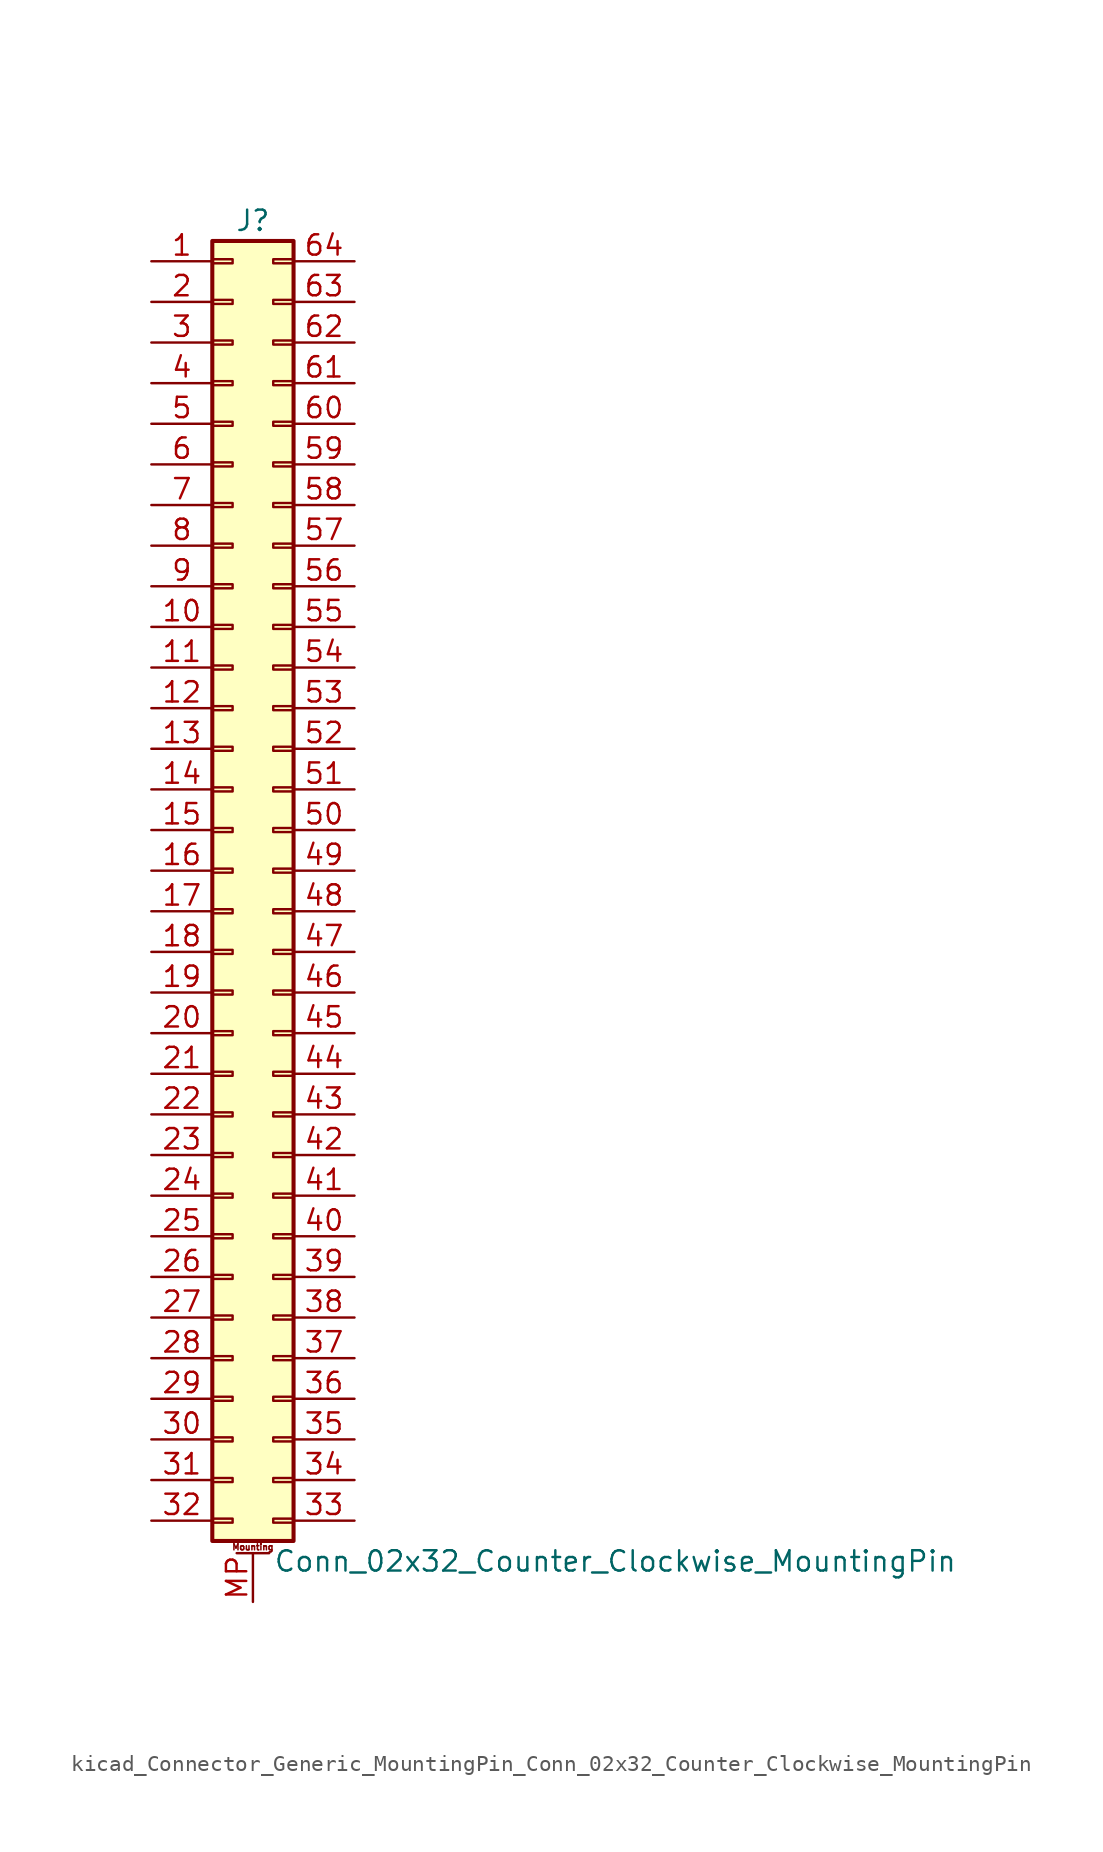
<source format=kicad_sym>
(kicad_symbol_lib
  (version 20220914)
  (generator kicad_symbol_editor)
  (symbol "kicad_Connector_Generic_MountingPin_Conn_02x32_Counter_Clockwise_MountingPin"
    (pin_names
      (offset 1.016) hide)
    (property "Reference" "J"
      (at 1.27 40.64 0)
      (effects (font (size 1.27 1.27))))
    (property "Value" "Conn_02x32_Counter_Clockwise_MountingPin"
      (at 2.54 -43.18 0)
      (effects (font (size 1.27 1.27)) (justify left)))
    (symbol "kicad_Connector_Generic_MountingPin_Conn_02x32_Counter_Clockwise_MountingPin_1_1"
      (rectangle (start -1.27 -40.513) (end 0 -40.767) (stroke (width 0.152) (type default)) (fill (type none)))
      (rectangle (start -1.27 -37.973) (end 0 -38.227) (stroke (width 0.152) (type default)) (fill (type none)))
      (rectangle (start -1.27 -35.433) (end 0 -35.687) (stroke (width 0.152) (type default)) (fill (type none)))
      (rectangle (start -1.27 -32.893) (end 0 -33.147) (stroke (width 0.152) (type default)) (fill (type none)))
      (rectangle (start -1.27 -30.353) (end 0 -30.607) (stroke (width 0.152) (type default)) (fill (type none)))
      (rectangle (start -1.27 -27.813) (end 0 -28.067) (stroke (width 0.152) (type default)) (fill (type none)))
      (rectangle (start -1.27 -25.273) (end 0 -25.527) (stroke (width 0.152) (type default)) (fill (type none)))
      (rectangle (start -1.27 -22.733) (end 0 -22.987) (stroke (width 0.152) (type default)) (fill (type none)))
      (rectangle (start -1.27 -20.193) (end 0 -20.447) (stroke (width 0.152) (type default)) (fill (type none)))
      (rectangle (start -1.27 -17.653) (end 0 -17.907) (stroke (width 0.152) (type default)) (fill (type none)))
      (rectangle (start -1.27 -15.113) (end 0 -15.367) (stroke (width 0.152) (type default)) (fill (type none)))
      (rectangle (start -1.27 -12.573) (end 0 -12.827) (stroke (width 0.152) (type default)) (fill (type none)))
      (rectangle (start -1.27 -10.033) (end 0 -10.287) (stroke (width 0.152) (type default)) (fill (type none)))
      (rectangle (start -1.27 -7.493) (end 0 -7.747) (stroke (width 0.152) (type default)) (fill (type none)))
      (rectangle (start -1.27 -4.953) (end 0 -5.207) (stroke (width 0.152) (type default)) (fill (type none)))
      (rectangle (start -1.27 -2.413) (end 0 -2.667) (stroke (width 0.152) (type default)) (fill (type none)))
      (rectangle (start -1.27 0.127) (end 0 -0.127) (stroke (width 0.152) (type default)) (fill (type none)))
      (rectangle (start -1.27 2.667) (end 0 2.413) (stroke (width 0.152) (type default)) (fill (type none)))
      (rectangle (start -1.27 5.207) (end 0 4.953) (stroke (width 0.152) (type default)) (fill (type none)))
      (rectangle (start -1.27 7.747) (end 0 7.493) (stroke (width 0.152) (type default)) (fill (type none)))
      (rectangle (start -1.27 10.287) (end 0 10.033) (stroke (width 0.152) (type default)) (fill (type none)))
      (rectangle (start -1.27 12.827) (end 0 12.573) (stroke (width 0.152) (type default)) (fill (type none)))
      (rectangle (start -1.27 15.367) (end 0 15.113) (stroke (width 0.152) (type default)) (fill (type none)))
      (rectangle (start -1.27 17.907) (end 0 17.653) (stroke (width 0.152) (type default)) (fill (type none)))
      (rectangle (start -1.27 20.447) (end 0 20.193) (stroke (width 0.152) (type default)) (fill (type none)))
      (rectangle (start -1.27 22.987) (end 0 22.733) (stroke (width 0.152) (type default)) (fill (type none)))
      (rectangle (start -1.27 25.527) (end 0 25.273) (stroke (width 0.152) (type default)) (fill (type none)))
      (rectangle (start -1.27 28.067) (end 0 27.813) (stroke (width 0.152) (type default)) (fill (type none)))
      (rectangle (start -1.27 30.607) (end 0 30.353) (stroke (width 0.152) (type default)) (fill (type none)))
      (rectangle (start -1.27 33.147) (end 0 32.893) (stroke (width 0.152) (type default)) (fill (type none)))
      (rectangle (start -1.27 35.687) (end 0 35.433) (stroke (width 0.152) (type default)) (fill (type none)))
      (rectangle (start -1.27 38.227) (end 0 37.973) (stroke (width 0.152) (type default)) (fill (type none)))
      (rectangle (start -1.27 39.37) (end 3.81 -41.91) (stroke (width 0.254) (type default)) (fill (type background)))
      (polyline (pts (xy 0.254 -42.672) (xy 2.286 -42.672)) (stroke (width 0.152) (type default)) (fill (type none)))
      (rectangle (start 3.81 -40.513) (end 2.54 -40.767) (stroke (width 0.152) (type default)) (fill (type none)))
      (rectangle (start 3.81 -37.973) (end 2.54 -38.227) (stroke (width 0.152) (type default)) (fill (type none)))
      (rectangle (start 3.81 -35.433) (end 2.54 -35.687) (stroke (width 0.152) (type default)) (fill (type none)))
      (rectangle (start 3.81 -32.893) (end 2.54 -33.147) (stroke (width 0.152) (type default)) (fill (type none)))
      (rectangle (start 3.81 -30.353) (end 2.54 -30.607) (stroke (width 0.152) (type default)) (fill (type none)))
      (rectangle (start 3.81 -27.813) (end 2.54 -28.067) (stroke (width 0.152) (type default)) (fill (type none)))
      (rectangle (start 3.81 -25.273) (end 2.54 -25.527) (stroke (width 0.152) (type default)) (fill (type none)))
      (rectangle (start 3.81 -22.733) (end 2.54 -22.987) (stroke (width 0.152) (type default)) (fill (type none)))
      (rectangle (start 3.81 -20.193) (end 2.54 -20.447) (stroke (width 0.152) (type default)) (fill (type none)))
      (rectangle (start 3.81 -17.653) (end 2.54 -17.907) (stroke (width 0.152) (type default)) (fill (type none)))
      (rectangle (start 3.81 -15.113) (end 2.54 -15.367) (stroke (width 0.152) (type default)) (fill (type none)))
      (rectangle (start 3.81 -12.573) (end 2.54 -12.827) (stroke (width 0.152) (type default)) (fill (type none)))
      (rectangle (start 3.81 -10.033) (end 2.54 -10.287) (stroke (width 0.152) (type default)) (fill (type none)))
      (rectangle (start 3.81 -7.493) (end 2.54 -7.747) (stroke (width 0.152) (type default)) (fill (type none)))
      (rectangle (start 3.81 -4.953) (end 2.54 -5.207) (stroke (width 0.152) (type default)) (fill (type none)))
      (rectangle (start 3.81 -2.413) (end 2.54 -2.667) (stroke (width 0.152) (type default)) (fill (type none)))
      (rectangle (start 3.81 0.127) (end 2.54 -0.127) (stroke (width 0.152) (type default)) (fill (type none)))
      (rectangle (start 3.81 2.667) (end 2.54 2.413) (stroke (width 0.152) (type default)) (fill (type none)))
      (rectangle (start 3.81 5.207) (end 2.54 4.953) (stroke (width 0.152) (type default)) (fill (type none)))
      (rectangle (start 3.81 7.747) (end 2.54 7.493) (stroke (width 0.152) (type default)) (fill (type none)))
      (rectangle (start 3.81 10.287) (end 2.54 10.033) (stroke (width 0.152) (type default)) (fill (type none)))
      (rectangle (start 3.81 12.827) (end 2.54 12.573) (stroke (width 0.152) (type default)) (fill (type none)))
      (rectangle (start 3.81 15.367) (end 2.54 15.113) (stroke (width 0.152) (type default)) (fill (type none)))
      (rectangle (start 3.81 17.907) (end 2.54 17.653) (stroke (width 0.152) (type default)) (fill (type none)))
      (rectangle (start 3.81 20.447) (end 2.54 20.193) (stroke (width 0.152) (type default)) (fill (type none)))
      (rectangle (start 3.81 22.987) (end 2.54 22.733) (stroke (width 0.152) (type default)) (fill (type none)))
      (rectangle (start 3.81 25.527) (end 2.54 25.273) (stroke (width 0.152) (type default)) (fill (type none)))
      (rectangle (start 3.81 28.067) (end 2.54 27.813) (stroke (width 0.152) (type default)) (fill (type none)))
      (rectangle (start 3.81 30.607) (end 2.54 30.353) (stroke (width 0.152) (type default)) (fill (type none)))
      (rectangle (start 3.81 33.147) (end 2.54 32.893) (stroke (width 0.152) (type default)) (fill (type none)))
      (rectangle (start 3.81 35.687) (end 2.54 35.433) (stroke (width 0.152) (type default)) (fill (type none)))
      (rectangle (start 3.81 38.227) (end 2.54 37.973) (stroke (width 0.152) (type default)) (fill (type none)))
      (text "Mounting" (at 1.27 -42.291 0) (effects (font (size 0.381 0.381))))
      (pin passive line (at -5.08 38.1 0) (length 3.81) (name "Pin_1" (effects (font (size 1.27 1.27)))) (number "1" (effects (font (size 1.27 1.27)))))
      (pin passive line (at -5.08 15.24 0) (length 3.81) (name "Pin_10" (effects (font (size 1.27 1.27)))) (number "10" (effects (font (size 1.27 1.27)))))
      (pin passive line (at -5.08 12.7 0) (length 3.81) (name "Pin_11" (effects (font (size 1.27 1.27)))) (number "11" (effects (font (size 1.27 1.27)))))
      (pin passive line (at -5.08 10.16 0) (length 3.81) (name "Pin_12" (effects (font (size 1.27 1.27)))) (number "12" (effects (font (size 1.27 1.27)))))
      (pin passive line (at -5.08 7.62 0) (length 3.81) (name "Pin_13" (effects (font (size 1.27 1.27)))) (number "13" (effects (font (size 1.27 1.27)))))
      (pin passive line (at -5.08 5.08 0) (length 3.81) (name "Pin_14" (effects (font (size 1.27 1.27)))) (number "14" (effects (font (size 1.27 1.27)))))
      (pin passive line (at -5.08 2.54 0) (length 3.81) (name "Pin_15" (effects (font (size 1.27 1.27)))) (number "15" (effects (font (size 1.27 1.27)))))
      (pin passive line (at -5.08 0 0) (length 3.81) (name "Pin_16" (effects (font (size 1.27 1.27)))) (number "16" (effects (font (size 1.27 1.27)))))
      (pin passive line (at -5.08 -2.54 0) (length 3.81) (name "Pin_17" (effects (font (size 1.27 1.27)))) (number "17" (effects (font (size 1.27 1.27)))))
      (pin passive line (at -5.08 -5.08 0) (length 3.81) (name "Pin_18" (effects (font (size 1.27 1.27)))) (number "18" (effects (font (size 1.27 1.27)))))
      (pin passive line (at -5.08 -7.62 0) (length 3.81) (name "Pin_19" (effects (font (size 1.27 1.27)))) (number "19" (effects (font (size 1.27 1.27)))))
      (pin passive line (at -5.08 35.56 0) (length 3.81) (name "Pin_2" (effects (font (size 1.27 1.27)))) (number "2" (effects (font (size 1.27 1.27)))))
      (pin passive line (at -5.08 -10.16 0) (length 3.81) (name "Pin_20" (effects (font (size 1.27 1.27)))) (number "20" (effects (font (size 1.27 1.27)))))
      (pin passive line (at -5.08 -12.7 0) (length 3.81) (name "Pin_21" (effects (font (size 1.27 1.27)))) (number "21" (effects (font (size 1.27 1.27)))))
      (pin passive line (at -5.08 -15.24 0) (length 3.81) (name "Pin_22" (effects (font (size 1.27 1.27)))) (number "22" (effects (font (size 1.27 1.27)))))
      (pin passive line (at -5.08 -17.78 0) (length 3.81) (name "Pin_23" (effects (font (size 1.27 1.27)))) (number "23" (effects (font (size 1.27 1.27)))))
      (pin passive line (at -5.08 -20.32 0) (length 3.81) (name "Pin_24" (effects (font (size 1.27 1.27)))) (number "24" (effects (font (size 1.27 1.27)))))
      (pin passive line (at -5.08 -22.86 0) (length 3.81) (name "Pin_25" (effects (font (size 1.27 1.27)))) (number "25" (effects (font (size 1.27 1.27)))))
      (pin passive line (at -5.08 -25.4 0) (length 3.81) (name "Pin_26" (effects (font (size 1.27 1.27)))) (number "26" (effects (font (size 1.27 1.27)))))
      (pin passive line (at -5.08 -27.94 0) (length 3.81) (name "Pin_27" (effects (font (size 1.27 1.27)))) (number "27" (effects (font (size 1.27 1.27)))))
      (pin passive line (at -5.08 -30.48 0) (length 3.81) (name "Pin_28" (effects (font (size 1.27 1.27)))) (number "28" (effects (font (size 1.27 1.27)))))
      (pin passive line (at -5.08 -33.02 0) (length 3.81) (name "Pin_29" (effects (font (size 1.27 1.27)))) (number "29" (effects (font (size 1.27 1.27)))))
      (pin passive line (at -5.08 33.02 0) (length 3.81) (name "Pin_3" (effects (font (size 1.27 1.27)))) (number "3" (effects (font (size 1.27 1.27)))))
      (pin passive line (at -5.08 -35.56 0) (length 3.81) (name "Pin_30" (effects (font (size 1.27 1.27)))) (number "30" (effects (font (size 1.27 1.27)))))
      (pin passive line (at -5.08 -38.1 0) (length 3.81) (name "Pin_31" (effects (font (size 1.27 1.27)))) (number "31" (effects (font (size 1.27 1.27)))))
      (pin passive line (at -5.08 -40.64 0) (length 3.81) (name "Pin_32" (effects (font (size 1.27 1.27)))) (number "32" (effects (font (size 1.27 1.27)))))
      (pin passive line (at 7.62 -40.64 180) (length 3.81) (name "Pin_33" (effects (font (size 1.27 1.27)))) (number "33" (effects (font (size 1.27 1.27)))))
      (pin passive line (at 7.62 -38.1 180) (length 3.81) (name "Pin_34" (effects (font (size 1.27 1.27)))) (number "34" (effects (font (size 1.27 1.27)))))
      (pin passive line (at 7.62 -35.56 180) (length 3.81) (name "Pin_35" (effects (font (size 1.27 1.27)))) (number "35" (effects (font (size 1.27 1.27)))))
      (pin passive line (at 7.62 -33.02 180) (length 3.81) (name "Pin_36" (effects (font (size 1.27 1.27)))) (number "36" (effects (font (size 1.27 1.27)))))
      (pin passive line (at 7.62 -30.48 180) (length 3.81) (name "Pin_37" (effects (font (size 1.27 1.27)))) (number "37" (effects (font (size 1.27 1.27)))))
      (pin passive line (at 7.62 -27.94 180) (length 3.81) (name "Pin_38" (effects (font (size 1.27 1.27)))) (number "38" (effects (font (size 1.27 1.27)))))
      (pin passive line (at 7.62 -25.4 180) (length 3.81) (name "Pin_39" (effects (font (size 1.27 1.27)))) (number "39" (effects (font (size 1.27 1.27)))))
      (pin passive line (at -5.08 30.48 0) (length 3.81) (name "Pin_4" (effects (font (size 1.27 1.27)))) (number "4" (effects (font (size 1.27 1.27)))))
      (pin passive line (at 7.62 -22.86 180) (length 3.81) (name "Pin_40" (effects (font (size 1.27 1.27)))) (number "40" (effects (font (size 1.27 1.27)))))
      (pin passive line (at 7.62 -20.32 180) (length 3.81) (name "Pin_41" (effects (font (size 1.27 1.27)))) (number "41" (effects (font (size 1.27 1.27)))))
      (pin passive line (at 7.62 -17.78 180) (length 3.81) (name "Pin_42" (effects (font (size 1.27 1.27)))) (number "42" (effects (font (size 1.27 1.27)))))
      (pin passive line (at 7.62 -15.24 180) (length 3.81) (name "Pin_43" (effects (font (size 1.27 1.27)))) (number "43" (effects (font (size 1.27 1.27)))))
      (pin passive line (at 7.62 -12.7 180) (length 3.81) (name "Pin_44" (effects (font (size 1.27 1.27)))) (number "44" (effects (font (size 1.27 1.27)))))
      (pin passive line (at 7.62 -10.16 180) (length 3.81) (name "Pin_45" (effects (font (size 1.27 1.27)))) (number "45" (effects (font (size 1.27 1.27)))))
      (pin passive line (at 7.62 -7.62 180) (length 3.81) (name "Pin_46" (effects (font (size 1.27 1.27)))) (number "46" (effects (font (size 1.27 1.27)))))
      (pin passive line (at 7.62 -5.08 180) (length 3.81) (name "Pin_47" (effects (font (size 1.27 1.27)))) (number "47" (effects (font (size 1.27 1.27)))))
      (pin passive line (at 7.62 -2.54 180) (length 3.81) (name "Pin_48" (effects (font (size 1.27 1.27)))) (number "48" (effects (font (size 1.27 1.27)))))
      (pin passive line (at 7.62 0 180) (length 3.81) (name "Pin_49" (effects (font (size 1.27 1.27)))) (number "49" (effects (font (size 1.27 1.27)))))
      (pin passive line (at -5.08 27.94 0) (length 3.81) (name "Pin_5" (effects (font (size 1.27 1.27)))) (number "5" (effects (font (size 1.27 1.27)))))
      (pin passive line (at 7.62 2.54 180) (length 3.81) (name "Pin_50" (effects (font (size 1.27 1.27)))) (number "50" (effects (font (size 1.27 1.27)))))
      (pin passive line (at 7.62 5.08 180) (length 3.81) (name "Pin_51" (effects (font (size 1.27 1.27)))) (number "51" (effects (font (size 1.27 1.27)))))
      (pin passive line (at 7.62 7.62 180) (length 3.81) (name "Pin_52" (effects (font (size 1.27 1.27)))) (number "52" (effects (font (size 1.27 1.27)))))
      (pin passive line (at 7.62 10.16 180) (length 3.81) (name "Pin_53" (effects (font (size 1.27 1.27)))) (number "53" (effects (font (size 1.27 1.27)))))
      (pin passive line (at 7.62 12.7 180) (length 3.81) (name "Pin_54" (effects (font (size 1.27 1.27)))) (number "54" (effects (font (size 1.27 1.27)))))
      (pin passive line (at 7.62 15.24 180) (length 3.81) (name "Pin_55" (effects (font (size 1.27 1.27)))) (number "55" (effects (font (size 1.27 1.27)))))
      (pin passive line (at 7.62 17.78 180) (length 3.81) (name "Pin_56" (effects (font (size 1.27 1.27)))) (number "56" (effects (font (size 1.27 1.27)))))
      (pin passive line (at 7.62 20.32 180) (length 3.81) (name "Pin_57" (effects (font (size 1.27 1.27)))) (number "57" (effects (font (size 1.27 1.27)))))
      (pin passive line (at 7.62 22.86 180) (length 3.81) (name "Pin_58" (effects (font (size 1.27 1.27)))) (number "58" (effects (font (size 1.27 1.27)))))
      (pin passive line (at 7.62 25.4 180) (length 3.81) (name "Pin_59" (effects (font (size 1.27 1.27)))) (number "59" (effects (font (size 1.27 1.27)))))
      (pin passive line (at -5.08 25.4 0) (length 3.81) (name "Pin_6" (effects (font (size 1.27 1.27)))) (number "6" (effects (font (size 1.27 1.27)))))
      (pin passive line (at 7.62 27.94 180) (length 3.81) (name "Pin_60" (effects (font (size 1.27 1.27)))) (number "60" (effects (font (size 1.27 1.27)))))
      (pin passive line (at 7.62 30.48 180) (length 3.81) (name "Pin_61" (effects (font (size 1.27 1.27)))) (number "61" (effects (font (size 1.27 1.27)))))
      (pin passive line (at 7.62 33.02 180) (length 3.81) (name "Pin_62" (effects (font (size 1.27 1.27)))) (number "62" (effects (font (size 1.27 1.27)))))
      (pin passive line (at 7.62 35.56 180) (length 3.81) (name "Pin_63" (effects (font (size 1.27 1.27)))) (number "63" (effects (font (size 1.27 1.27)))))
      (pin passive line (at 7.62 38.1 180) (length 3.81) (name "Pin_64" (effects (font (size 1.27 1.27)))) (number "64" (effects (font (size 1.27 1.27)))))
      (pin passive line (at -5.08 22.86 0) (length 3.81) (name "Pin_7" (effects (font (size 1.27 1.27)))) (number "7" (effects (font (size 1.27 1.27)))))
      (pin passive line (at -5.08 20.32 0) (length 3.81) (name "Pin_8" (effects (font (size 1.27 1.27)))) (number "8" (effects (font (size 1.27 1.27)))))
      (pin passive line (at -5.08 17.78 0) (length 3.81) (name "Pin_9" (effects (font (size 1.27 1.27)))) (number "9" (effects (font (size 1.27 1.27)))))
      (pin passive line (at 1.27 -45.72 90) (length 3.048) (name "MountPin" (effects (font (size 1.27 1.27)))) (number "MP" (effects (font (size 1.27 1.27))))))))
</source>
